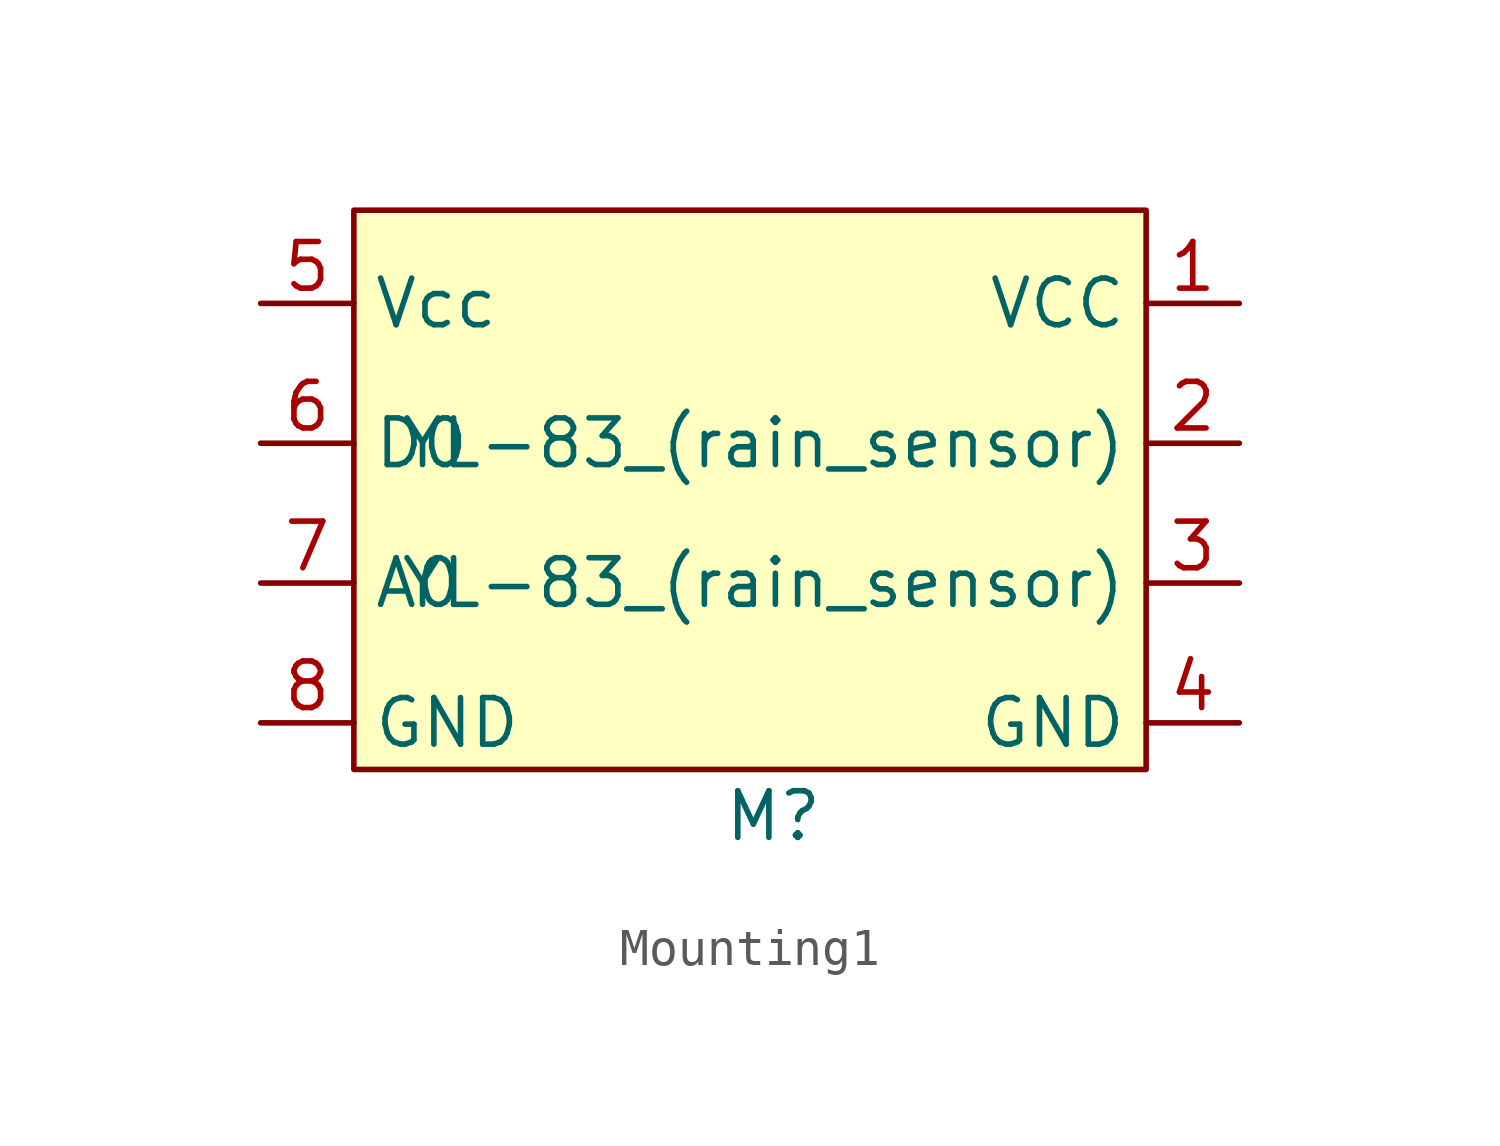
<source format=kicad_sym>
(kicad_symbol_lib
  (version 20220914)
  (generator kicad_symbol_editor)
  (symbol "Mounting1"
    (property "Reference" "M"
      (at 0 -1.27 0)
      (effects (font (size 1.27 1.27))))
    (property "Value" ""
      (at 7.62 -1.27 0)
      (effects (font (size 1.27 1.27))))
    (symbol "Mounting1_1_1"
      (rectangle (start -11.43 15.24) (end 10.16 0) (stroke (width 0) (type default)) (fill (type color) (color 255 255 194 1)))
      (pin power_out line (at 12.7 12.7 180) (length 2.54) (name "VCC" (effects (font (size 1.27 1.27)))) (number "1" (effects (font (size 1.27 1.27)))))
      (pin bidirectional line (at 12.7 8.89 180) (length 2.54) (name "YL-83_(rain_sensor)" (effects (font (size 1.27 1.27)))) (number "2" (effects (font (size 1.27 1.27)))))
      (pin bidirectional line (at 12.7 5.08 180) (length 2.54) (name "YL-83_(rain_sensor)" (effects (font (size 1.27 1.27)))) (number "3" (effects (font (size 1.27 1.27)))))
      (pin power_out line (at 12.7 1.27 180) (length 2.54) (name "GND" (effects (font (size 1.27 1.27)))) (number "4" (effects (font (size 1.27 1.27)))))
      (pin power_in line (at -13.97 12.7 0) (length 2.54) (name "Vcc" (effects (font (size 1.27 1.27)))) (number "5" (effects (font (size 1.27 1.27)))))
      (pin bidirectional line (at -13.97 8.89 0) (length 2.54) (name "D0" (effects (font (size 1.27 1.27)))) (number "6" (effects (font (size 1.27 1.27)))))
      (pin bidirectional line (at -13.97 5.08 0) (length 2.54) (name "A0" (effects (font (size 1.27 1.27)))) (number "7" (effects (font (size 1.27 1.27)))))
      (pin power_in line (at -13.97 1.27 0) (length 2.54) (name "GND" (effects (font (size 1.27 1.27)))) (number "8" (effects (font (size 1.27 1.27))))))))
</source>
